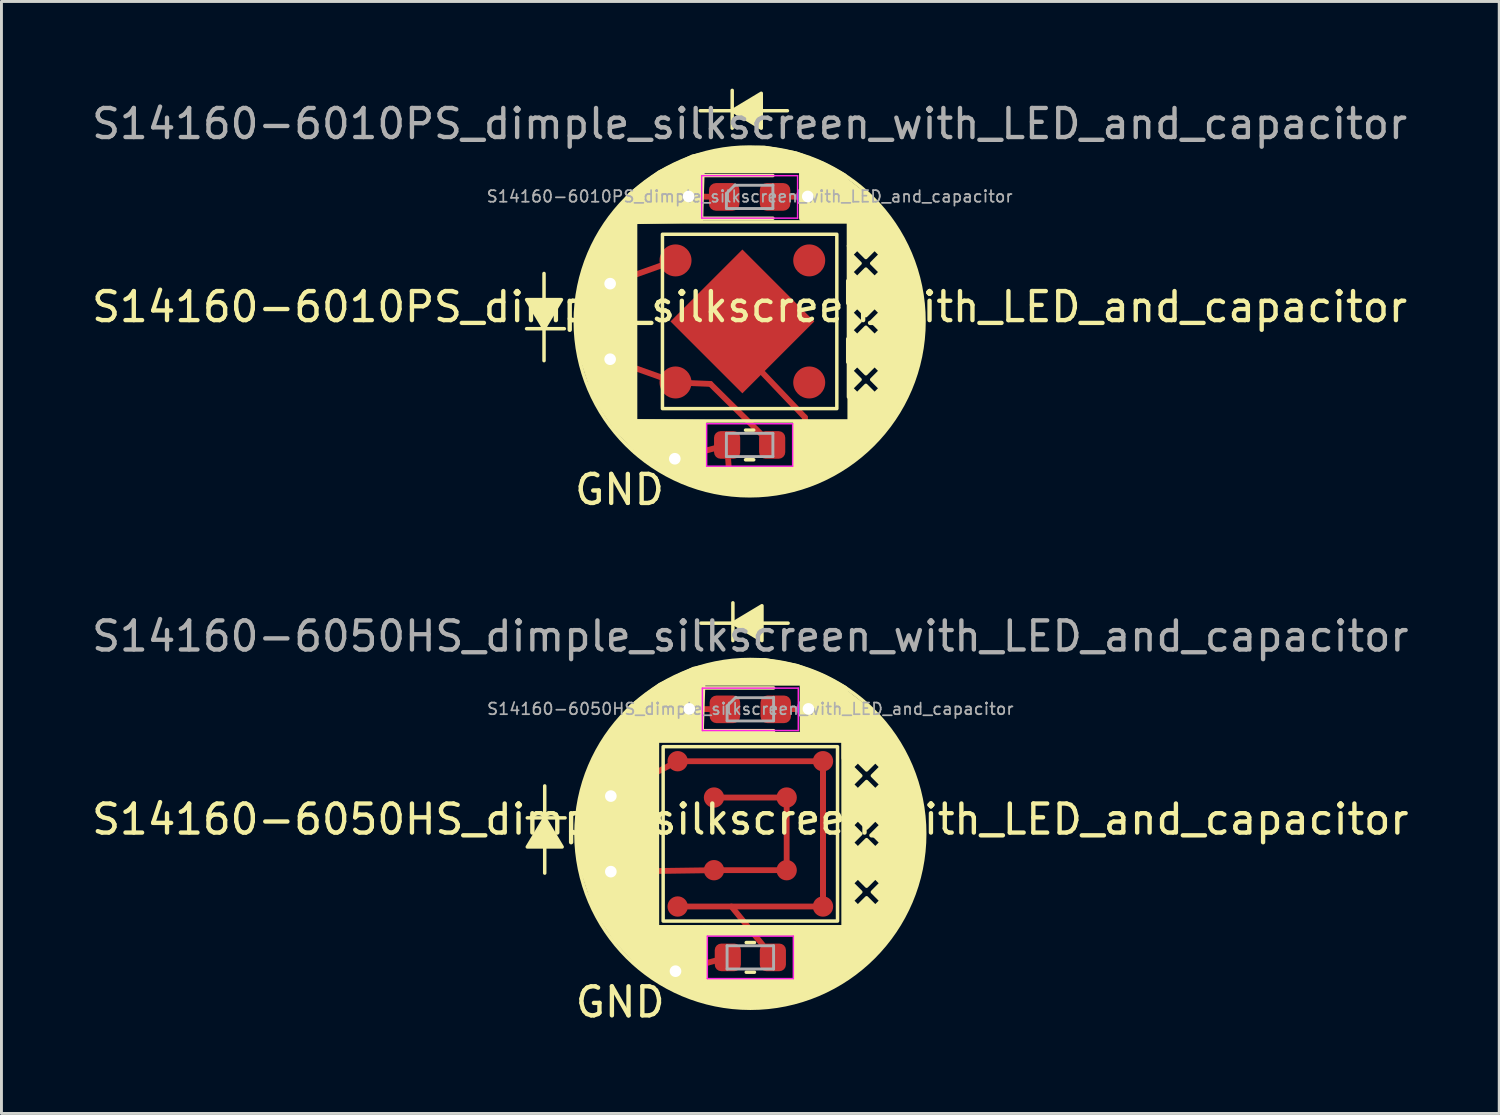
<source format=kicad_pcb>
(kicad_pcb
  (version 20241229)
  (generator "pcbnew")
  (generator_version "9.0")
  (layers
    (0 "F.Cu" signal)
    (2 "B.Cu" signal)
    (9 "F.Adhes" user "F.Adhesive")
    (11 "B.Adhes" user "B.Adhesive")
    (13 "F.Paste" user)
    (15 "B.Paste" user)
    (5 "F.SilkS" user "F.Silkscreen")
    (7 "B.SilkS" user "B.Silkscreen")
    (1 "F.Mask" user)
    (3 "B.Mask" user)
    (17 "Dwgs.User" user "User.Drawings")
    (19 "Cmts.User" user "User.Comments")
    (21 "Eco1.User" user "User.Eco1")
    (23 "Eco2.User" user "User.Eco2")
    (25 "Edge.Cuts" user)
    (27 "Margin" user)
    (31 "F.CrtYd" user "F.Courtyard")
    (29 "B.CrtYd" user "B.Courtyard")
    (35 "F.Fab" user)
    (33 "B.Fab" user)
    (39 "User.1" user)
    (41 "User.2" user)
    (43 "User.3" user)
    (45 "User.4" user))
  (footprint "S14160-6010PS_dimple_silkscreen_with_LED_and_capacitor"
    (layer "F.Cu")
    (at 22.744 8.01)
    (property "Reference" "S14160-6010PS_dimple_silkscreen_with_LED_and_capacitor" (at 0 -0.5 0) (unlocked yes) (layer "F.SilkS") (effects (font (size 1 1) (thickness 0.15))))
    (attr smd)
    (fp_line (start -4.8 -1.3) (end -2.55 -2.1) (stroke (width 0.2) (type default)) (layer "F.Cu"))
    (fp_line (start -4.8 1.3) (end -2.55 2.1) (stroke (width 0.2) (type default)) (layer "F.Cu"))
    (fp_line (start -2.55 2.1) (end -1.35 2.15) (stroke (width 0.2) (type default)) (layer "F.Cu"))
    (fp_line (start -2.1 -4.3) (end -0.875 -4.285) (stroke (width 0.2) (type default)) (layer "F.Cu"))
    (fp_line (start -1.35 2.15) (end 0.775 4.25) (stroke (width 0.2) (type default)) (layer "F.Cu"))
    (fp_line (start -0.775 4.25) (end -2.575 4.725) (stroke (width 0.2) (type default)) (layer "F.Cu"))
    (fp_line (start -0.775 4.25) (end -0.7 5.3) (stroke (width 0.2) (type default)) (layer "F.Cu"))
    (fp_line (start -0.7 5.3) (end 2 5.3) (stroke (width 0.2) (type default)) (layer "F.Cu"))
    (fp_line (start 0.875 -4.285) (end 2 -4.3) (stroke (width 0.2) (type default)) (layer "F.Cu"))
    (fp_line (start 1.9 3.3) (end 0 1.3) (stroke (width 0.2) (type default)) (layer "F.Cu"))
    (fp_line (start 2 5.3) (end 1.9 3.3) (stroke (width 0.2) (type default)) (layer "F.Cu"))
    (fp_line (start -7.675 0.25) (end -6.375 0.25) (stroke (width 0.12) (type solid)) (layer "F.SilkS"))
    (fp_line (start -7.075 1.35) (end -7.075 -1.65) (stroke (width 0.12) (type solid)) (layer "F.SilkS"))
    (fp_line (start -3.925 3.425) (end -3.925 -3.425) (stroke (width 0.12) (type solid)) (layer "F.SilkS"))
    (fp_line (start -3.925 3.425) (end 3.425 3.425) (stroke (width 0.12) (type solid)) (layer "F.SilkS"))
    (fp_line (start -1.7 -7.25) (end 1.3 -7.25) (stroke (width 0.12) (type solid)) (layer "F.SilkS"))
    (fp_line (start -1.66 -5.02) (end -1.66 -3.55) (stroke (width 0.12) (type solid)) (layer "F.SilkS"))
    (fp_line (start -1.66 -3.55) (end 0.8 -3.55) (stroke (width 0.12) (type solid)) (layer "F.SilkS"))
    (fp_line (start -0.6 -6.65) (end -0.6 -7.95) (stroke (width 0.12) (type solid)) (layer "F.SilkS"))
    (fp_line (start -0.141 3.74) (end 0.141 3.74) (stroke (width 0.12) (type solid)) (layer "F.SilkS"))
    (fp_line (start -0.141 4.76) (end 0.141 4.76) (stroke (width 0.12) (type solid)) (layer "F.SilkS"))
    (fp_line (start 0.8 -5.02) (end -1.66 -5.02) (stroke (width 0.12) (type solid)) (layer "F.SilkS"))
    (fp_line (start 3.425 -3.425) (end -3.925 -3.425) (stroke (width 0.12) (type solid)) (layer "F.SilkS"))
    (fp_line (start 3.425 -3.425) (end 3.425 3.425) (stroke (width 0.12) (type solid)) (layer "F.SilkS"))
    (fp_rect (start -3 -3) (end 3 3) (stroke (width 0.12) (type solid)) (fill no) (layer "F.SilkS"))
    (fp_rect (start 4.6 -0.625) (end 3.375 -1.4) (stroke (width 0.12) (type solid)) (fill yes) (layer "F.SilkS"))
    (fp_rect (start 4.6 0.6) (end 3.375 1.4) (stroke (width 0.12) (type solid)) (fill yes) (layer "F.SilkS"))
    (fp_circle (center 0 0) (end 6 0) (stroke (width 0.12) (type solid)) (fill no) (layer "F.SilkS"))
    (fp_poly (pts (xy -7.075 0.25) (xy -7.675 -0.75) (xy -6.475 -0.75)) (stroke (width 0.12) (type solid)) (fill yes) (layer "F.SilkS"))
    (fp_poly (pts (xy -0.6 -7.25) (xy 0.4 -6.65) (xy 0.4 -7.85)) (stroke (width 0.12) (type solid)) (fill yes) (layer "F.SilkS"))
    (fp_poly (pts (xy 1.55 3.45) (xy 1.55 5.7) (xy 2.15 5.55) (xy 2.95 5.15) (xy 3.55 4.75) (xy 4.1 4.3) (xy 4.75 3.55) (xy 4.65 2.6) (xy 3.5 2.6) (xy 3.5 3.5)) (stroke (width 0.12) (type solid)) (fill yes) (layer "F.SilkS"))
    (fp_poly (pts (xy -4 4.35) (xy -4.65 3.65) (xy -5.35 2.6) (xy -5.85 1.05) (xy -5.95 0) (xy -5.85 -1.05) (xy -5.5 -2.3) (xy -4.95 -3.35) (xy -4.3 -4.1) (xy -3.95 -3.4) (xy -3.95 3.5)) (stroke (width 0.12) (type solid)) (fill yes) (layer "F.SilkS"))
    (fp_poly (pts (xy 1.55 5.05) (xy -1.55 5.05) (xy -1.55 3.45) (xy -3.925 3.425) (xy -3.95 4.5) (xy -2.85 5.25) (xy -1.7 5.7) (xy -0.6 5.9) (xy 0.55 5.9) (xy 1 5.85) (xy 1.6 5.75)) (stroke (width 0.12) (type solid)) (fill yes) (layer "F.SilkS"))
    (fp_poly (pts (xy 3.4 -3.55) (xy 3.35 -4.85) (xy 4.25 -4.15) (xy 4.95 -3.25) (xy 5.3 -2.65) (xy 5.65 -1.85) (xy 5.85 -1) (xy 5.95 -0.05) (xy 5.85 1.05) (xy 5.5 2.25) (xy 4.9 3.35) (xy 4.75 3.55) (xy 4.65 2.6) (xy 4.6 -2.6) (xy 3.4 -2.6)) (stroke (width 0.12) (type solid)) (fill yes) (layer "F.SilkS"))
    (fp_poly (pts (xy -3.9 -3.45) (xy -1.7 -3.5) (xy -1.65 -5.1) (xy -1.65 -5.2) (xy 1.8 -5.2) (xy 1.8 -3.55) (xy 3.4 -3.55) (xy 3.25 -5) (xy 2.5 -5.4) (xy 1.6 -5.75) (xy 0.5 -5.95) (xy -0.65 -5.9) (xy -1.95 -5.65) (xy -3.1 -5.1) (xy -4.1 -4.35) (xy -4.25 -4.15)) (stroke (width 0.2) (type solid)) (fill yes) (layer "F.SilkS"))
    (fp_poly (pts (xy 4.6 -1.4) (xy 3.7 -1.4) (xy 3.7 -1.5) (xy 4 -1.8) (xy 4.3 -1.5) (xy 4.5 -1.7) (xy 4.2 -2) (xy 4.5 -2.3) (xy 4.3 -2.5) (xy 4 -2.2) (xy 3.7 -2.5) (xy 3.5 -2.3) (xy 3.8 -2) (xy 3.5 -1.7) (xy 3.65 -1.55) (xy 3.675 -1.4) (xy 3.4 -1.4) (xy 3.4 -2.6) (xy 4.6 -2.6)) (stroke (width 0.12) (type solid)) (fill yes) (layer "F.SilkS"))
    (fp_poly (pts (xy 4.6 0.6) (xy 3.7 0.6) (xy 3.7 0.5) (xy 4 0.2) (xy 4.3 0.5) (xy 4.5 0.3) (xy 4.2 0) (xy 4.5 -0.3) (xy 4.3 -0.5) (xy 4 -0.2) (xy 3.7 -0.5) (xy 3.5 -0.3) (xy 3.8 0) (xy 3.5 0.3) (xy 3.65 0.45) (xy 3.675 0.6) (xy 3.4 0.6) (xy 3.4 -0.6) (xy 4.6 -0.6)) (stroke (width 0.12) (type solid)) (fill yes) (layer "F.SilkS"))
    (fp_poly (pts (xy 4.6 2.6) (xy 3.7 2.6) (xy 3.7 2.5) (xy 4 2.2) (xy 4.3 2.5) (xy 4.5 2.3) (xy 4.2 2) (xy 4.5 1.7) (xy 4.3 1.5) (xy 4 1.8) (xy 3.7 1.5) (xy 3.5 1.7) (xy 3.8 2) (xy 3.5 2.3) (xy 3.65 2.45) (xy 3.675 2.6) (xy 3.4 2.6) (xy 3.4 1.4) (xy 4.6 1.4)) (stroke (width 0.12) (type solid)) (fill yes) (layer "F.SilkS"))
    (fp_line (start -1.65 -5.015) (end 1.65 -5.015) (stroke (width 0.05) (type solid)) (layer "F.CrtYd"))
    (fp_line (start -1.65 -3.555) (end -1.65 -5.015) (stroke (width 0.05) (type solid)) (layer "F.CrtYd"))
    (fp_line (start -1.48 3.52) (end 1.48 3.52) (stroke (width 0.05) (type solid)) (layer "F.CrtYd"))
    (fp_line (start -1.48 4.98) (end -1.48 3.52) (stroke (width 0.05) (type solid)) (layer "F.CrtYd"))
    (fp_line (start 1.48 3.52) (end 1.48 4.98) (stroke (width 0.05) (type solid)) (layer "F.CrtYd"))
    (fp_line (start 1.48 4.98) (end -1.48 4.98) (stroke (width 0.05) (type solid)) (layer "F.CrtYd"))
    (fp_line (start 1.65 -5.015) (end 1.65 -3.555) (stroke (width 0.05) (type solid)) (layer "F.CrtYd"))
    (fp_line (start 1.65 -3.555) (end -1.65 -3.555) (stroke (width 0.05) (type solid)) (layer "F.CrtYd"))
    (fp_line (start -0.8 -4.4) (end -0.8 -3.9) (stroke (width 0.1) (type solid)) (layer "F.Fab"))
    (fp_line (start -0.8 -3.885) (end 0.8 -3.885) (stroke (width 0.1) (type solid)) (layer "F.Fab"))
    (fp_line (start -0.8 3.85) (end 0.8 3.85) (stroke (width 0.1) (type solid)) (layer "F.Fab"))
    (fp_line (start -0.8 4.65) (end -0.8 3.85) (stroke (width 0.1) (type solid)) (layer "F.Fab"))
    (fp_line (start -0.5 -4.7) (end -0.8 -4.4) (stroke (width 0.1) (type solid)) (layer "F.Fab"))
    (fp_line (start 0.8 -4.685) (end -0.5 -4.685) (stroke (width 0.1) (type solid)) (layer "F.Fab"))
    (fp_line (start 0.8 -3.9) (end 0.8 -4.7) (stroke (width 0.1) (type solid)) (layer "F.Fab"))
    (fp_line (start 0.8 3.85) (end 0.8 4.65) (stroke (width 0.1) (type solid)) (layer "F.Fab"))
    (fp_line (start 0.8 4.65) (end -0.8 4.65) (stroke (width 0.1) (type solid)) (layer "F.Fab"))
    (fp_text user "GND" (at -6.1 6.375 0) (unlocked yes) (layer "F.SilkS") (effects (font (size 1 1) (thickness 0.15)) (justify left bottom)))
    (fp_text user "${REFERENCE}" (at 0 -4.3 0) (layer "F.Fab") (effects (font (size 0.4 0.4) (thickness 0.06))))
    (fp_text user "${REFERENCE}" (at 0 -6.8 0) (unlocked yes) (layer "F.Fab") (effects (font (size 1 1) (thickness 0.15))))
    (pad "1" smd circle (at -2.55 2.1) (size 1.1 1.1) (layers "F.Cu" "F.Mask" "F.Paste"))
    (pad "1" smd roundrect (at -0.875 -4.285) (size 1.05 0.95) (layers "F.Cu" "F.Mask" "F.Paste") (roundrect_rratio 0.25))
    (pad "1" smd roundrect (at -0.775 4.25) (size 0.9 0.95) (layers "F.Cu" "F.Mask" "F.Paste") (roundrect_rratio 0.25))
    (pad "2" smd roundrect (at 0.775 4.25) (size 0.9 0.95) (layers "F.Cu" "F.Mask" "F.Paste") (roundrect_rratio 0.25))
    (pad "2" smd roundrect (at 0.875 -4.285) (size 1.05 0.95) (layers "F.Cu" "F.Mask" "F.Paste") (roundrect_rratio 0.25))
    (pad "2" smd circle (at 2.05 2.1) (size 1.1 1.1) (layers "F.Cu" "F.Mask" "F.Paste"))
    (pad "3" smd circle (at -2.55 -2.1) (size 1.1 1.1) (layers "F.Cu" "F.Mask" "F.Paste"))
    (pad "4" smd circle (at 2.05 -2.1) (size 1.1 1.1) (layers "F.Cu" "F.Mask" "F.Paste"))
    (pad "5" thru_hole circle (at -2.1 -4.3) (size 0.8 0.8) (drill 0.4) (layers "*.Cu"))
    (pad "6" thru_hole circle (at 2 -4.3) (size 0.8 0.8) (drill 0.4) (layers "*.Cu"))
    (pad "7" thru_hole circle (at -4.8 -1.3) (size 0.8 0.8) (drill 0.4) (layers "*.Cu"))
    (pad "8" thru_hole circle (at -4.8 1.3) (size 0.8 0.8) (drill 0.4) (layers "*.Cu"))
    (pad "9" thru_hole circle (at -2.575 4.725) (size 0.8 0.8) (drill 0.4) (layers "*.Cu"))
    (pad "10" smd rect (at -0.25 0 45) (size 3.5 3.5) (layers "F.Cu" "F.Mask" "F.Paste")))
  (footprint "S14160-6050HS_dimple_silkscreen_with_LED_and_capacitor"
    (layer "F.Cu")
    (at 22.768 25.642)
    (property "Reference" "S14160-6050HS_dimple_silkscreen_with_LED_and_capacitor" (at 0 -0.5 0) (unlocked yes) (layer "F.SilkS") (effects (font (size 1 1) (thickness 0.15))))
    (attr smd)
    (fp_line (start -4.8 -1.3) (end -2.5 -2.5) (stroke (width 0.2) (type default)) (layer "F.Cu"))
    (fp_line (start -2.5 -2.5) (end 2.5 -2.5) (stroke (width 0.2) (type default)) (layer "F.Cu"))
    (fp_line (start -2.5 2.5) (end 2.5 2.5) (stroke (width 0.2) (type default)) (layer "F.Cu"))
    (fp_line (start -2.1 -4.3) (end -0.875 -4.285) (stroke (width 0.2) (type default)) (layer "F.Cu"))
    (fp_line (start -1.25 -1.25) (end 1.25 -1.25) (stroke (width 0.2) (type default)) (layer "F.Cu"))
    (fp_line (start -1.25 1.25) (end -4.8 1.3) (stroke (width 0.2) (type default)) (layer "F.Cu"))
    (fp_line (start -0.775 4.25) (end -2.575 4.725) (stroke (width 0.2) (type default)) (layer "F.Cu"))
    (fp_line (start -0.65 2.5) (end 0.775 4.25) (stroke (width 0.2) (type default)) (layer "F.Cu"))
    (fp_line (start 0.875 -4.285) (end 2 -4.3) (stroke (width 0.2) (type default)) (layer "F.Cu"))
    (fp_line (start 1.25 -1.25) (end 1.25 1.25) (stroke (width 0.2) (type default)) (layer "F.Cu"))
    (fp_line (start 1.25 1.25) (end -1.25 1.25) (stroke (width 0.2) (type default)) (layer "F.Cu"))
    (fp_line (start 2.5 -2.5) (end 2.5 2.5) (stroke (width 0.2) (type default)) (layer "F.Cu"))
    (fp_line (start 2.5 2.5) (end 2.5 -2.5) (stroke (width 0.2) (type default)) (layer "F.Cu"))
    (fp_line (start -7.675 -0.55) (end -6.375 -0.55) (stroke (width 0.12) (type solid)) (layer "F.SilkS"))
    (fp_line (start -7.075 -1.65) (end -7.075 1.35) (stroke (width 0.12) (type solid)) (layer "F.SilkS"))
    (fp_line (start -3.925 3.425) (end -3.925 -3.425) (stroke (width 0.12) (type solid)) (layer "F.SilkS"))
    (fp_line (start -3.2 -3.2) (end -3.2 3.2) (stroke (width 0.12) (type default)) (layer "F.SilkS"))
    (fp_line (start -3.2 3.2) (end 3.2 3.2) (stroke (width 0.12) (type solid)) (layer "F.SilkS"))
    (fp_line (start -1.7 -7.25) (end 1.3 -7.25) (stroke (width 0.12) (type solid)) (layer "F.SilkS"))
    (fp_line (start -1.66 -5.02) (end -1.66 -3.55) (stroke (width 0.12) (type solid)) (layer "F.SilkS"))
    (fp_line (start -1.66 -3.55) (end 0.8 -3.55) (stroke (width 0.12) (type solid)) (layer "F.SilkS"))
    (fp_line (start -0.6 -6.65) (end -0.6 -7.95) (stroke (width 0.12) (type solid)) (layer "F.SilkS"))
    (fp_line (start -0.141 3.74) (end 0.141 3.74) (stroke (width 0.12) (type solid)) (layer "F.SilkS"))
    (fp_line (start -0.141 4.76) (end 0.141 4.76) (stroke (width 0.12) (type solid)) (layer "F.SilkS"))
    (fp_line (start 0.8 -5.02) (end -1.66 -5.02) (stroke (width 0.12) (type solid)) (layer "F.SilkS"))
    (fp_line (start 3.2 -3.2) (end -3.2 -3.2) (stroke (width 0.12) (type default)) (layer "F.SilkS"))
    (fp_line (start 3.2 3.2) (end 3.2 -3.2) (stroke (width 0.12) (type default)) (layer "F.SilkS"))
    (fp_rect (start -3.3 -3.45) (end 3.2 -3.2) (stroke (width 0.12) (type solid)) (fill yes) (layer "F.SilkS"))
    (fp_rect (start -3 -3) (end 3 3) (stroke (width 0.12) (type solid)) (fill no) (layer "F.SilkS"))
    (fp_rect (start -1.6 3.2) (end 1.55 3.45) (stroke (width 0.12) (type solid)) (fill yes) (layer "F.SilkS"))
    (fp_rect (start 3.2 -3.45) (end 3.45 3.2) (stroke (width 0.12) (type solid)) (fill yes) (layer "F.SilkS"))
    (fp_rect (start 4.6 -0.625) (end 3.375 -1.4) (stroke (width 0.12) (type solid)) (fill yes) (layer "F.SilkS"))
    (fp_rect (start 4.6 0.6) (end 3.375 1.4) (stroke (width 0.12) (type solid)) (fill yes) (layer "F.SilkS"))
    (fp_circle (center 0 0) (end 6 0) (stroke (width 0.12) (type solid)) (fill no) (layer "F.SilkS"))
    (fp_poly (pts (xy -7.075 -0.55) (xy -7.675 0.45) (xy -6.475 0.45)) (stroke (width 0.12) (type solid)) (fill yes) (layer "F.SilkS"))
    (fp_poly (pts (xy -0.6 -7.25) (xy 0.4 -6.65) (xy 0.4 -7.85)) (stroke (width 0.12) (type solid)) (fill yes) (layer "F.SilkS"))
    (fp_poly (pts (xy 1.55 3.2) (xy 1.55 5.7) (xy 2.15 5.55) (xy 2.95 5.15) (xy 3.55 4.75) (xy 4.1 4.3) (xy 4.75 3.55) (xy 4.65 2.6) (xy 3.5 2.6) (xy 3.2 3.2)) (stroke (width 0.12) (type solid)) (fill yes) (layer "F.SilkS"))
    (fp_poly (pts (xy -4 4.35) (xy -4.65 3.65) (xy -5.35 2.6) (xy -5.85 1.05) (xy -5.95 0) (xy -5.85 -1.05) (xy -5.5 -2.3) (xy -4.95 -3.35) (xy -4.3 -4.1) (xy -3.2 -3.2) (xy -3.2 3.2)) (stroke (width 0.12) (type solid)) (fill yes) (layer "F.SilkS"))
    (fp_poly (pts (xy 1.55 5.05) (xy -1.55 5.05) (xy -1.55 3.2) (xy -3.9 3.2) (xy -3.95 4.5) (xy -2.85 5.25) (xy -1.7 5.7) (xy -0.6 5.9) (xy 0.55 5.9) (xy 1 5.85) (xy 1.6 5.75)) (stroke (width 0.12) (type solid)) (fill yes) (layer "F.SilkS"))
    (fp_poly (pts (xy 3.2 -3.55) (xy 3.35 -4.85) (xy 4.25 -4.15) (xy 4.95 -3.25) (xy 5.3 -2.65) (xy 5.65 -1.85) (xy 5.85 -1) (xy 5.95 -0.05) (xy 5.85 1.05) (xy 5.5 2.25) (xy 4.9 3.35) (xy 4.75 3.55) (xy 4.65 2.6) (xy 4.6 -2.6) (xy 3.2 -2.6)) (stroke (width 0.12) (type solid)) (fill yes) (layer "F.SilkS"))
    (fp_poly (pts (xy -3.9 -3.45) (xy -1.7 -3.5) (xy -1.65 -5.1) (xy -1.65 -5.2) (xy 1.8 -5.2) (xy 1.8 -3.55) (xy 3.4 -3.55) (xy 3.25 -5) (xy 2.5 -5.4) (xy 1.6 -5.75) (xy 0.5 -5.95) (xy -0.65 -5.9) (xy -1.95 -5.65) (xy -3.1 -5.1) (xy -4.1 -4.35) (xy -4.25 -4.15)) (stroke (width 0.2) (type solid)) (fill yes) (layer "F.SilkS"))
    (fp_poly (pts (xy 4.6 -1.4) (xy 3.7 -1.4) (xy 3.7 -1.5) (xy 4 -1.8) (xy 4.3 -1.5) (xy 4.5 -1.7) (xy 4.2 -2) (xy 4.5 -2.3) (xy 4.3 -2.5) (xy 4 -2.2) (xy 3.7 -2.5) (xy 3.5 -2.3) (xy 3.8 -2) (xy 3.5 -1.7) (xy 3.65 -1.55) (xy 3.675 -1.4) (xy 3.4 -1.4) (xy 3.4 -2.6) (xy 4.6 -2.6)) (stroke (width 0.12) (type solid)) (fill yes) (layer "F.SilkS"))
    (fp_poly (pts (xy 4.6 0.6) (xy 3.7 0.6) (xy 3.7 0.5) (xy 4 0.2) (xy 4.3 0.5) (xy 4.5 0.3) (xy 4.2 0) (xy 4.5 -0.3) (xy 4.3 -0.5) (xy 4 -0.2) (xy 3.7 -0.5) (xy 3.5 -0.3) (xy 3.8 0) (xy 3.5 0.3) (xy 3.65 0.45) (xy 3.675 0.6) (xy 3.4 0.6) (xy 3.4 -0.6) (xy 4.6 -0.6)) (stroke (width 0.12) (type solid)) (fill yes) (layer "F.SilkS"))
    (fp_poly (pts (xy 4.6 2.6) (xy 3.7 2.6) (xy 3.7 2.5) (xy 4 2.2) (xy 4.3 2.5) (xy 4.5 2.3) (xy 4.2 2) (xy 4.5 1.7) (xy 4.3 1.5) (xy 4 1.8) (xy 3.7 1.5) (xy 3.5 1.7) (xy 3.8 2) (xy 3.5 2.3) (xy 3.65 2.45) (xy 3.675 2.6) (xy 3.4 2.6) (xy 3.4 1.4) (xy 4.6 1.4)) (stroke (width 0.12) (type solid)) (fill yes) (layer "F.SilkS"))
    (fp_line (start -1.65 -5.015) (end 1.65 -5.015) (stroke (width 0.05) (type solid)) (layer "F.CrtYd"))
    (fp_line (start -1.65 -3.555) (end -1.65 -5.015) (stroke (width 0.05) (type solid)) (layer "F.CrtYd"))
    (fp_line (start -1.48 3.52) (end 1.48 3.52) (stroke (width 0.05) (type solid)) (layer "F.CrtYd"))
    (fp_line (start -1.48 4.98) (end -1.48 3.52) (stroke (width 0.05) (type solid)) (layer "F.CrtYd"))
    (fp_line (start 1.48 3.52) (end 1.48 4.98) (stroke (width 0.05) (type solid)) (layer "F.CrtYd"))
    (fp_line (start 1.48 4.98) (end -1.48 4.98) (stroke (width 0.05) (type solid)) (layer "F.CrtYd"))
    (fp_line (start 1.65 -5.015) (end 1.65 -3.555) (stroke (width 0.05) (type solid)) (layer "F.CrtYd"))
    (fp_line (start 1.65 -3.555) (end -1.65 -3.555) (stroke (width 0.05) (type solid)) (layer "F.CrtYd"))
    (fp_line (start -0.8 -4.4) (end -0.8 -3.9) (stroke (width 0.1) (type solid)) (layer "F.Fab"))
    (fp_line (start -0.8 -3.885) (end 0.8 -3.885) (stroke (width 0.1) (type solid)) (layer "F.Fab"))
    (fp_line (start -0.8 3.85) (end 0.8 3.85) (stroke (width 0.1) (type solid)) (layer "F.Fab"))
    (fp_line (start -0.8 4.65) (end -0.8 3.85) (stroke (width 0.1) (type solid)) (layer "F.Fab"))
    (fp_line (start -0.5 -4.7) (end -0.8 -4.4) (stroke (width 0.1) (type solid)) (layer "F.Fab"))
    (fp_line (start 0.8 -4.685) (end -0.5 -4.685) (stroke (width 0.1) (type solid)) (layer "F.Fab"))
    (fp_line (start 0.8 -3.9) (end 0.8 -4.7) (stroke (width 0.1) (type solid)) (layer "F.Fab"))
    (fp_line (start 0.8 3.85) (end 0.8 4.65) (stroke (width 0.1) (type solid)) (layer "F.Fab"))
    (fp_line (start 0.8 4.65) (end -0.8 4.65) (stroke (width 0.1) (type solid)) (layer "F.Fab"))
    (fp_text user "GND" (at -6.1 6.375 0) (unlocked yes) (layer "F.SilkS") (effects (font (size 1 1) (thickness 0.15)) (justify left bottom)))
    (fp_text user "${REFERENCE}" (at 0 -4.3 0) (layer "F.Fab") (effects (font (size 0.4 0.4) (thickness 0.06))))
    (fp_text user "${REFERENCE}" (at 0 -6.8 0) (unlocked yes) (layer "F.Fab") (effects (font (size 1 1) (thickness 0.15))))
    (pad "1" smd circle (at -2.5 2.5) (size 0.7 0.7) (layers "F.Cu" "F.Mask" "F.Paste"))
    (pad "1" smd circle (at -1.25 1.25) (size 0.7 0.7) (layers "F.Cu" "F.Mask" "F.Paste"))
    (pad "1" smd roundrect (at -0.875 -4.285) (size 1.05 0.95) (layers "F.Cu" "F.Mask" "F.Paste") (roundrect_rratio 0.25))
    (pad "1" smd roundrect (at -0.775 4.25) (size 0.9 0.95) (layers "F.Cu" "F.Mask" "F.Paste") (roundrect_rratio 0.25))
    (pad "2" smd roundrect (at 0.775 4.25) (size 0.9 0.95) (layers "F.Cu" "F.Mask" "F.Paste") (roundrect_rratio 0.25))
    (pad "2" smd roundrect (at 0.875 -4.285) (size 1.05 0.95) (layers "F.Cu" "F.Mask" "F.Paste") (roundrect_rratio 0.25))
    (pad "2" smd circle (at 1.25 1.25) (size 0.7 0.7) (layers "F.Cu" "F.Mask" "F.Paste"))
    (pad "2" smd circle (at 2.5 2.5) (size 0.7 0.7) (layers "F.Cu" "F.Mask" "F.Paste"))
    (pad "3" smd circle (at -2.5 -2.5) (size 0.7 0.7) (layers "F.Cu" "F.Mask" "F.Paste"))
    (pad "3" smd circle (at -1.25 -1.25) (size 0.7 0.7) (layers "F.Cu" "F.Mask" "F.Paste"))
    (pad "4" smd circle (at 1.25 -1.25) (size 0.7 0.7) (layers "F.Cu" "F.Mask" "F.Paste"))
    (pad "4" smd circle (at 2.5 -2.5) (size 0.7 0.7) (layers "F.Cu" "F.Mask" "F.Paste"))
    (pad "5" thru_hole circle (at -2.1 -4.3) (size 0.8 0.8) (drill 0.4) (layers "*.Cu"))
    (pad "6" thru_hole circle (at 2 -4.3) (size 0.8 0.8) (drill 0.4) (layers "*.Cu"))
    (pad "7" thru_hole circle (at -4.8 -1.3) (size 0.8 0.8) (drill 0.4) (layers "*.Cu"))
    (pad "8" thru_hole circle (at -4.8 1.3) (size 0.8 0.8) (drill 0.4) (layers "*.Cu"))
    (pad "9" thru_hole circle (at -2.575 4.725) (size 0.8 0.8) (drill 0.4) (layers "*.Cu")))
  (gr_rect
    (start -3 -3)
    (end 48.536 35.263)
    (stroke (width 0.1) (type default))
    (fill no)
    (layer "Edge.Cuts")))
</source>
